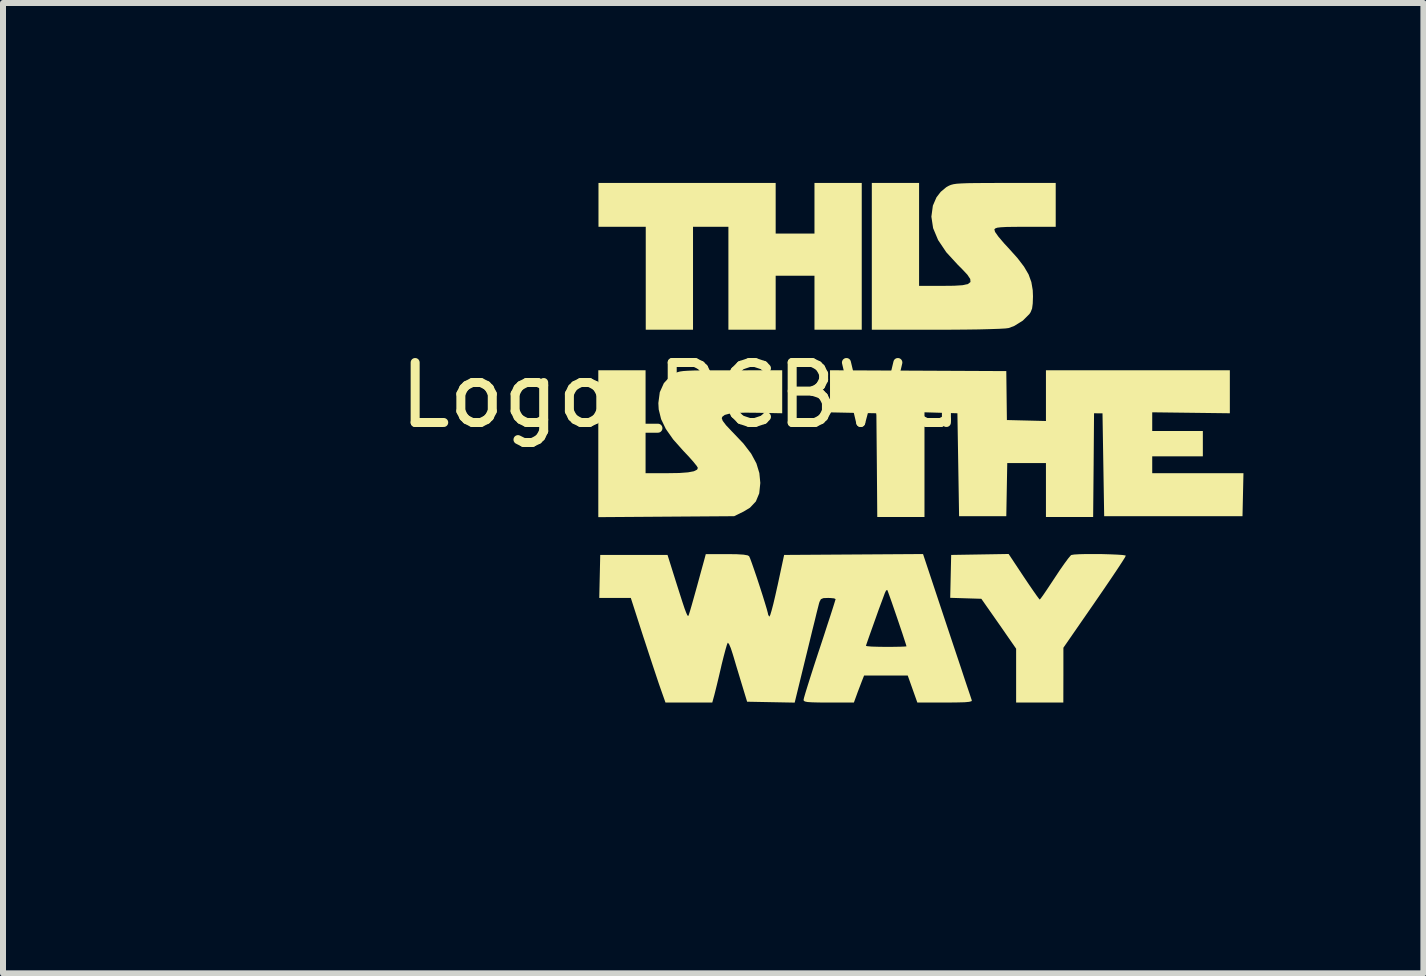
<source format=kicad_pcb>
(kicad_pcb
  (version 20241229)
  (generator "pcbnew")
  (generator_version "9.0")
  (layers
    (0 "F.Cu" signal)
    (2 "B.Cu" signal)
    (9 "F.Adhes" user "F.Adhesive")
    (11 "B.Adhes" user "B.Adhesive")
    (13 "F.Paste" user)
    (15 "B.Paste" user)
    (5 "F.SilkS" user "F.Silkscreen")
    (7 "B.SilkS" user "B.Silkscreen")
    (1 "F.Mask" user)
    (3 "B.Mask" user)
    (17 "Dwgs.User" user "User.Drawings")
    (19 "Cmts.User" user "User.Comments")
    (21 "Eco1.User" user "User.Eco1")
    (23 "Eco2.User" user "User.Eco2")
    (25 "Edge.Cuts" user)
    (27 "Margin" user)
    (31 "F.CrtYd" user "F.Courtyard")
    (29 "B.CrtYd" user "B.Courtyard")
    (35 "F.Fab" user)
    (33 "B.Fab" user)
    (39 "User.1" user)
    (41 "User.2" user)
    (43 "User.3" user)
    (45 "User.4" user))
  (footprint "Logo_PCBWay"
    (layer "F.Cu")
    (at 8.681 4.039)
    (property "Reference" "Logo_PCBWay" (at 0 -0.5 0) (unlocked yes) (layer "F.SilkS") (effects (font (size 1 1) (thickness 0.15))))
    (attr smd)
    (fp_poly (pts (xy -7.887 2.083) (xy -7.711 2.084) (xy -7.555 2.085) (xy -7.419 2.087) (xy -7.3 2.091) (xy -7.199 2.095) (xy -7.113 2.1) (xy -7.041 2.107) (xy -6.983 2.115) (xy -6.952 2.12) (xy -6.845 2.153) (xy -6.743 2.206) (xy -6.649 2.277) (xy -6.565 2.365) (xy -6.562 2.368) (xy -6.501 2.457) (xy -6.455 2.553) (xy -6.424 2.657) (xy -6.407 2.773) (xy -6.404 2.903) (xy -6.405 2.931) (xy -6.412 3.039) (xy -6.427 3.131) (xy -6.451 3.214) (xy -6.486 3.29) (xy -6.533 3.367) (xy -6.562 3.408) (xy -6.63 3.484) (xy -6.714 3.551) (xy -6.808 3.608) (xy -6.909 3.652) (xy -7.003 3.678) (xy -7.064 3.687) (xy -7.144 3.696) (xy -7.238 3.703) (xy -7.344 3.708) (xy -7.457 3.712) (xy -7.576 3.715) (xy -7.646 3.715) (xy -7.862 3.715) (xy -7.865 4.203) (xy -7.868 4.691) (xy -8.125 4.694) (xy -8.197 4.695) (xy -8.261 4.695) (xy -8.316 4.694) (xy -8.357 4.693) (xy -8.382 4.691) (xy -8.389 4.69) (xy -8.39 4.678) (xy -8.39 4.647) (xy -8.391 4.597) (xy -8.392 4.529) (xy -8.393 4.445) (xy -8.393 4.347) (xy -8.394 4.235) (xy -8.395 4.111) (xy -8.395 3.976) (xy -8.395 3.831) (xy -8.396 3.678) (xy -8.396 3.518) (xy -8.396 3.383) (xy -8.396 2.531) (xy -7.863 2.531) (xy -7.863 3.259) (xy -7.561 3.254) (xy -7.471 3.252) (xy -7.4 3.251) (xy -7.344 3.249) (xy -7.3 3.247) (xy -7.266 3.243) (xy -7.239 3.239) (xy -7.215 3.234) (xy -7.193 3.227) (xy -7.189 3.226) (xy -7.113 3.191) (xy -7.05 3.141) (xy -7.001 3.079) (xy -6.968 3.007) (xy -6.951 2.93) (xy -6.952 2.849) (xy -6.971 2.767) (xy -6.984 2.736) (xy -7.016 2.687) (xy -7.062 2.64) (xy -7.116 2.599) (xy -7.166 2.574) (xy -7.213 2.561) (xy -7.28 2.55) (xy -7.366 2.542) (xy -7.469 2.536) (xy -7.587 2.532) (xy -7.694 2.531) (xy -7.863 2.531) (xy -8.396 2.531) (xy -8.396 2.083)) (stroke (width 0) (type solid)) (fill yes) (layer "F.Mask"))
    (fp_poly (pts (xy -3.273 2.051) (xy -3.12 2.051) (xy -2.987 2.052) (xy -2.871 2.053) (xy -2.771 2.055) (xy -2.686 2.058) (xy -2.613 2.062) (xy -2.55 2.066) (xy -2.496 2.072) (xy -2.449 2.078) (xy -2.407 2.086) (xy -2.371 2.094) (xy -2.255 2.133) (xy -2.154 2.185) (xy -2.069 2.251) (xy -2.001 2.329) (xy -1.95 2.419) (xy -1.916 2.519) (xy -1.902 2.63) (xy -1.902 2.701) (xy -1.918 2.82) (xy -1.952 2.928) (xy -2.004 3.024) (xy -2.073 3.108) (xy -2.159 3.18) (xy -2.197 3.205) (xy -2.261 3.243) (xy -2.197 3.26) (xy -2.1 3.295) (xy -2.01 3.343) (xy -1.931 3.4) (xy -1.867 3.465) (xy -1.82 3.534) (xy -1.804 3.568) (xy -1.792 3.606) (xy -1.783 3.65) (xy -1.776 3.704) (xy -1.772 3.771) (xy -1.769 3.853) (xy -1.768 3.932) (xy -1.766 4.159) (xy -1.807 4.242) (xy -1.864 4.335) (xy -1.939 4.422) (xy -2.029 4.499) (xy -2.131 4.566) (xy -2.243 4.619) (xy -2.349 4.653) (xy -2.386 4.662) (xy -2.424 4.67) (xy -2.464 4.676) (xy -2.509 4.681) (xy -2.561 4.686) (xy -2.62 4.689) (xy -2.69 4.692) (xy -2.772 4.694) (xy -2.868 4.695) (xy -2.98 4.696) (xy -3.11 4.697) (xy -3.238 4.697) (xy -3.841 4.697) (xy -3.841 3.553) (xy -3.169 3.553) (xy -3.169 4.209) (xy -2.942 4.203) (xy -2.863 4.201) (xy -2.801 4.199) (xy -2.753 4.196) (xy -2.716 4.192) (xy -2.685 4.186) (xy -2.658 4.179) (xy -2.644 4.175) (xy -2.568 4.144) (xy -2.51 4.102) (xy -2.465 4.049) (xy -2.45 4.021) (xy -2.426 3.956) (xy -2.417 3.885) (xy -2.421 3.813) (xy -2.437 3.745) (xy -2.466 3.686) (xy -2.505 3.641) (xy -2.511 3.636) (xy -2.541 3.614) (xy -2.57 3.597) (xy -2.602 3.584) (xy -2.639 3.574) (xy -2.684 3.567) (xy -2.74 3.563) (xy -2.811 3.56) (xy -2.9 3.558) (xy -2.915 3.557) (xy -3.169 3.553) (xy -3.841 3.553) (xy -3.841 2.539) (xy -3.169 2.539) (xy -3.169 3.1) (xy -2.989 3.093) (xy -2.917 3.09) (xy -2.862 3.087) (xy -2.82 3.082) (xy -2.787 3.076) (xy -2.759 3.068) (xy -2.749 3.064) (xy -2.682 3.03) (xy -2.633 2.983) (xy -2.602 2.924) (xy -2.598 2.913) (xy -2.584 2.837) (xy -2.586 2.762) (xy -2.604 2.695) (xy -2.637 2.638) (xy -2.652 2.622) (xy -2.678 2.599) (xy -2.708 2.581) (xy -2.743 2.568) (xy -2.788 2.558) (xy -2.846 2.551) (xy -2.92 2.547) (xy -2.979 2.545) (xy -3.169 2.539) (xy -3.841 2.539) (xy -3.841 2.051)) (stroke (width 0) (type solid)) (fill yes) (layer "F.Mask"))
    (fp_poly (pts (xy -4.953 2.11) (xy -4.865 2.114) (xy -4.788 2.122) (xy -4.748 2.129) (xy -4.576 2.175) (xy -4.416 2.239) (xy -4.267 2.321) (xy -4.128 2.421) (xy -4.051 2.488) (xy -4.015 2.523) (xy -3.985 2.554) (xy -3.965 2.577) (xy -3.958 2.589) (xy -3.965 2.599) (xy -3.986 2.621) (xy -4.016 2.652) (xy -4.053 2.69) (xy -4.095 2.731) (xy -4.138 2.772) (xy -4.18 2.811) (xy -4.218 2.846) (xy -4.248 2.873) (xy -4.268 2.89) (xy -4.275 2.894) (xy -4.286 2.887) (xy -4.309 2.869) (xy -4.341 2.843) (xy -4.369 2.82) (xy -4.483 2.731) (xy -4.602 2.661) (xy -4.729 2.607) (xy -4.769 2.593) (xy -4.801 2.583) (xy -4.83 2.576) (xy -4.861 2.572) (xy -4.898 2.57) (xy -4.945 2.569) (xy -5.009 2.569) (xy -5.02 2.569) (xy -5.087 2.569) (xy -5.138 2.57) (xy -5.177 2.572) (xy -5.208 2.576) (xy -5.236 2.582) (xy -5.266 2.592) (xy -5.286 2.599) (xy -5.395 2.645) (xy -5.493 2.705) (xy -5.585 2.782) (xy -5.608 2.804) (xy -5.654 2.852) (xy -5.688 2.895) (xy -5.716 2.939) (xy -5.744 2.992) (xy -5.778 3.064) (xy -5.802 3.128) (xy -5.817 3.189) (xy -5.826 3.254) (xy -5.829 3.331) (xy -5.83 3.374) (xy -5.829 3.442) (xy -5.825 3.495) (xy -5.82 3.54) (xy -5.811 3.582) (xy -5.805 3.603) (xy -5.764 3.719) (xy -5.708 3.822) (xy -5.634 3.916) (xy -5.606 3.946) (xy -5.562 3.989) (xy -5.524 4.021) (xy -5.484 4.047) (xy -5.436 4.073) (xy -5.408 4.087) (xy -5.308 4.13) (xy -5.213 4.158) (xy -5.115 4.174) (xy -5.009 4.178) (xy -4.888 4.172) (xy -4.777 4.151) (xy -4.67 4.116) (xy -4.566 4.064) (xy -4.462 3.995) (xy -4.357 3.91) (xy -4.276 3.84) (xy -4.242 3.876) (xy -4.222 3.897) (xy -4.192 3.928) (xy -4.153 3.969) (xy -4.11 4.013) (xy -4.085 4.039) (xy -3.963 4.166) (xy -4.047 4.243) (xy -4.163 4.342) (xy -4.285 4.428) (xy -4.41 4.499) (xy -4.535 4.554) (xy -4.631 4.584) (xy -4.783 4.614) (xy -4.943 4.629) (xy -5.103 4.63) (xy -5.215 4.62) (xy -5.377 4.59) (xy -5.532 4.54) (xy -5.677 4.472) (xy -5.81 4.387) (xy -5.926 4.29) (xy -6.007 4.207) (xy -6.074 4.122) (xy -6.133 4.029) (xy -6.172 3.955) (xy -6.234 3.806) (xy -6.276 3.648) (xy -6.3 3.483) (xy -6.305 3.363) (xy -6.295 3.198) (xy -6.266 3.04) (xy -6.218 2.891) (xy -6.152 2.751) (xy -6.069 2.622) (xy -5.97 2.505) (xy -5.856 2.4) (xy -5.728 2.308) (xy -5.587 2.232) (xy -5.432 2.171) (xy -5.281 2.13) (xy -5.215 2.12) (xy -5.134 2.113) (xy -5.044 2.11)) (stroke (width 0) (type solid)) (fill yes) (layer "F.Mask"))
    (fp_poly (pts (xy 0.456 4.865) (xy 0.803 4.868) (xy 1.145 4.873) (xy 1.48 4.882) (xy 1.803 4.892) (xy 2.096 4.905) (xy 2.234 4.912) (xy 2.382 4.921) (xy 2.54 4.93) (xy 2.704 4.941) (xy 2.872 4.953) (xy 3.042 4.965) (xy 3.212 4.977) (xy 3.379 4.99) (xy 3.542 5.003) (xy 3.697 5.016) (xy 3.842 5.028) (xy 3.976 5.041) (xy 4.096 5.052) (xy 4.199 5.063) (xy 4.284 5.073) (xy 4.299 5.075) (xy 4.364 5.083) (xy 4.438 5.091) (xy 4.508 5.099) (xy 4.539 5.102) (xy 4.6 5.109) (xy 4.667 5.117) (xy 4.727 5.125) (xy 4.752 5.128) (xy 4.812 5.136) (xy 4.878 5.144) (xy 4.939 5.149) (xy 4.944 5.15) (xy 4.997 5.154) (xy 5.061 5.16) (xy 5.127 5.167) (xy 5.163 5.172) (xy 5.208 5.177) (xy 5.27 5.185) (xy 5.343 5.194) (xy 5.425 5.203) (xy 5.51 5.213) (xy 5.574 5.22) (xy 5.651 5.229) (xy 5.722 5.238) (xy 5.785 5.246) (xy 5.835 5.252) (xy 5.871 5.258) (xy 5.888 5.261) (xy 5.901 5.266) (xy 5.903 5.272) (xy 5.892 5.283) (xy 5.865 5.303) (xy 5.864 5.303) (xy 5.813 5.338) (xy 5.475 5.31) (xy 5.377 5.302) (xy 5.272 5.294) (xy 5.166 5.285) (xy 5.065 5.276) (xy 4.973 5.268) (xy 4.897 5.262) (xy 4.896 5.262) (xy 4.812 5.254) (xy 4.722 5.246) (xy 4.633 5.238) (xy 4.551 5.231) (xy 4.483 5.225) (xy 4.48 5.225) (xy 4.404 5.218) (xy 4.316 5.21) (xy 4.225 5.202) (xy 4.142 5.195) (xy 4.117 5.193) (xy 3.883 5.172) (xy 3.668 5.153) (xy 3.47 5.136) (xy 3.287 5.121) (xy 3.118 5.107) (xy 2.96 5.096) (xy 2.811 5.085) (xy 2.67 5.077) (xy 2.534 5.069) (xy 2.402 5.063) (xy 2.271 5.057) (xy 2.14 5.053) (xy 2.006 5.05) (xy 1.867 5.048) (xy 1.722 5.046) (xy 1.569 5.045) (xy 1.406 5.044) (xy 1.229 5.044) (xy 1.184 5.044) (xy 0.986 5.044) (xy 0.806 5.045) (xy 0.642 5.045) (xy 0.49 5.047) (xy 0.347 5.049) (xy 0.209 5.052) (xy 0.075 5.056) (xy -0.06 5.06) (xy -0.198 5.066) (xy -0.342 5.072) (xy -0.496 5.08) (xy -0.662 5.089) (xy -0.844 5.099) (xy -0.907 5.103) (xy -1.472 5.139) (xy -2.035 5.181) (xy -2.599 5.23) (xy -3.165 5.286) (xy -3.735 5.349) (xy -4.311 5.42) (xy -4.895 5.498) (xy -5.488 5.584) (xy -6.093 5.678) (xy -6.711 5.781) (xy -7.345 5.892) (xy -7.995 6.012) (xy -8.092 6.031) (xy -8.195 6.05) (xy -8.292 6.069) (xy -8.383 6.086) (xy -8.463 6.101) (xy -8.531 6.113) (xy -8.585 6.123) (xy -8.623 6.13) (xy -8.642 6.134) (xy -8.643 6.134) (xy -8.681 6.139) (xy -8.643 5.952) (xy -8.63 5.892) (xy -8.618 5.838) (xy -8.608 5.796) (xy -8.601 5.768) (xy -8.597 5.758) (xy -8.584 5.754) (xy -8.551 5.746) (xy -8.501 5.735) (xy -8.435 5.722) (xy -8.355 5.706) (xy -8.262 5.689) (xy -8.159 5.67) (xy -8.046 5.65) (xy -7.927 5.629) (xy -7.802 5.607) (xy -7.673 5.585) (xy -7.542 5.562) (xy -7.41 5.54) (xy -7.28 5.519) (xy -7.153 5.498) (xy -7.116 5.492) (xy -6.146 5.347) (xy -5.166 5.22) (xy -4.179 5.11) (xy -3.188 5.018) (xy -2.195 4.945) (xy -1.503 4.905) (xy -1.209 4.891) (xy -0.896 4.881) (xy -0.57 4.873) (xy -0.234 4.868) (xy 0.11 4.865)) (stroke (width 0) (type solid)) (fill yes) (layer "F.Mask"))
    (fp_poly (pts (xy 1.201 -3.195) (xy 1.848 -3.195) (xy 1.848 -4.039) (xy 2.636 -4.039) (xy 2.636 -1.592) (xy 1.848 -1.592) (xy 1.848 -2.492) (xy 1.201 -2.492) (xy 1.201 -1.592) (xy 0.413 -1.592) (xy 0.413 -3.308) (xy -0.177 -3.308) (xy -0.177 -1.592) (xy -0.965 -1.592) (xy -0.965 -3.308) (xy -1.753 -3.308) (xy -1.753 -4.039) (xy 1.201 -4.039)) (stroke (width 0) (type solid)) (fill yes) (layer "F.SilkS"))
    (fp_poly (pts (xy 5.046 -0.902) (xy 5.051 -0.494) (xy 5.056 -0.086) (xy 5.382 -0.078) (xy 5.707 -0.07) (xy 5.707 -0.916) (xy 8.773 -0.916) (xy 8.773 -0.199) (xy 8.126 -0.207) (xy 7.479 -0.215) (xy 7.479 0.097) (xy 8.323 0.097) (xy 8.323 0.519) (xy 7.479 0.519) (xy 7.479 0.8) (xy 9 0.8) (xy 8.992 1.159) (xy 8.984 1.517) (xy 6.678 1.517) (xy 6.664 0.66) (xy 6.65 -0.198) (xy 6.579 -0.198) (xy 6.509 -0.199) (xy 6.502 0.666) (xy 6.494 1.531) (xy 5.707 1.531) (xy 5.707 0.631) (xy 5.062 0.631) (xy 5.054 1.074) (xy 5.046 1.517) (xy 4.259 1.517) (xy 4.245 0.659) (xy 4.231 -0.199) (xy 3.956 -0.207) (xy 3.682 -0.215) (xy 3.682 1.531) (xy 2.895 1.531) (xy 2.888 0.666) (xy 2.88 -0.199) (xy 2.494 -0.206) (xy 2.107 -0.214) (xy 2.107 -0.916)) (stroke (width 0) (type solid)) (fill yes) (layer "F.SilkS"))
    (fp_poly (pts (xy 5.337 2.527) (xy 5.423 2.655) (xy 5.498 2.764) (xy 5.557 2.848) (xy 5.594 2.897) (xy 5.604 2.907) (xy 5.623 2.885) (xy 5.667 2.824) (xy 5.73 2.731) (xy 5.807 2.615) (xy 5.854 2.544) (xy 5.938 2.417) (xy 6.015 2.307) (xy 6.077 2.223) (xy 6.119 2.173) (xy 6.13 2.164) (xy 6.178 2.156) (xy 6.265 2.151) (xy 6.38 2.148) (xy 6.513 2.148) (xy 6.651 2.149) (xy 6.784 2.153) (xy 6.899 2.158) (xy 6.986 2.164) (xy 7.033 2.172) (xy 7.038 2.176) (xy 7.022 2.208) (xy 6.974 2.284) (xy 6.896 2.403) (xy 6.788 2.564) (xy 6.651 2.765) (xy 6.486 3.005) (xy 6.294 3.282) (xy 6.115 3.541) (xy 5.998 3.71) (xy 5.998 4.167) (xy 5.997 4.624) (xy 5.21 4.624) (xy 5.21 3.726) (xy 5.062 3.513) (xy 4.973 3.384) (xy 4.873 3.241) (xy 4.782 3.111) (xy 4.772 3.097) (xy 4.63 2.894) (xy 4.371 2.886) (xy 4.111 2.878) (xy 4.119 2.52) (xy 4.127 2.163) (xy 5.085 2.147)) (stroke (width 0) (type solid)) (fill yes) (layer "F.SilkS"))
    (fp_poly (pts (xy -0.968 0.8) (xy -0.604 0.8) (xy -0.406 0.797) (xy -0.26 0.786) (xy -0.163 0.768) (xy -0.109 0.741) (xy -0.096 0.712) (xy -0.115 0.68) (xy -0.165 0.617) (xy -0.24 0.532) (xy -0.332 0.434) (xy -0.337 0.429) (xy -0.507 0.238) (xy -0.63 0.063) (xy -0.709 -0.101) (xy -0.749 -0.263) (xy -0.755 -0.369) (xy -0.731 -0.55) (xy -0.663 -0.701) (xy -0.556 -0.817) (xy -0.504 -0.851) (xy -0.47 -0.869) (xy -0.436 -0.884) (xy -0.395 -0.895) (xy -0.339 -0.903) (xy -0.263 -0.908) (xy -0.16 -0.912) (xy -0.022 -0.914) (xy 0.157 -0.915) (xy 0.383 -0.915) (xy 0.459 -0.915) (xy 1.31 -0.916) (xy 1.31 -0.199) (xy 0.905 -0.207) (xy 0.696 -0.209) (xy 0.538 -0.204) (xy 0.424 -0.191) (xy 0.351 -0.171) (xy 0.312 -0.141) (xy 0.302 -0.118) (xy 0.318 -0.073) (xy 0.374 0.001) (xy 0.465 0.098) (xy 0.486 0.119) (xy 0.663 0.305) (xy 0.793 0.475) (xy 0.88 0.637) (xy 0.929 0.798) (xy 0.945 0.963) (xy 0.927 1.136) (xy 0.871 1.271) (xy 0.772 1.376) (xy 0.668 1.439) (xy 0.509 1.517) (xy -0.624 1.525) (xy -1.756 1.533) (xy -1.756 -0.916) (xy -0.968 -0.916)) (stroke (width 0) (type solid)) (fill yes) (layer "F.SilkS"))
    (fp_poly (pts (xy 3.592 -2.323) (xy 3.98 -2.323) (xy 4.175 -2.325) (xy 4.317 -2.334) (xy 4.407 -2.354) (xy 4.449 -2.387) (xy 4.445 -2.437) (xy 4.398 -2.508) (xy 4.309 -2.603) (xy 4.237 -2.675) (xy 4.046 -2.883) (xy 3.909 -3.087) (xy 3.826 -3.285) (xy 3.797 -3.477) (xy 3.822 -3.661) (xy 3.882 -3.799) (xy 3.953 -3.891) (xy 4.044 -3.967) (xy 4.057 -3.975) (xy 4.09 -3.993) (xy 4.124 -4.007) (xy 4.166 -4.018) (xy 4.221 -4.026) (xy 4.298 -4.031) (xy 4.402 -4.035) (xy 4.54 -4.037) (xy 4.719 -4.038) (xy 4.946 -4.039) (xy 5.019 -4.039) (xy 5.87 -4.039) (xy 5.87 -3.308) (xy 5.367 -3.308) (xy 5.184 -3.307) (xy 5.049 -3.305) (xy 4.956 -3.3) (xy 4.896 -3.293) (xy 4.863 -3.281) (xy 4.848 -3.266) (xy 4.847 -3.264) (xy 4.859 -3.222) (xy 4.915 -3.143) (xy 5.013 -3.028) (xy 5.081 -2.955) (xy 5.232 -2.787) (xy 5.342 -2.643) (xy 5.418 -2.513) (xy 5.464 -2.386) (xy 5.487 -2.251) (xy 5.491 -2.149) (xy 5.487 -2.028) (xy 5.476 -1.945) (xy 5.452 -1.885) (xy 5.432 -1.854) (xy 5.322 -1.744) (xy 5.181 -1.656) (xy 5.086 -1.62) (xy 5.032 -1.613) (xy 4.927 -1.607) (xy 4.777 -1.602) (xy 4.586 -1.597) (xy 4.36 -1.594) (xy 4.105 -1.592) (xy 3.894 -1.592) (xy 2.804 -1.592) (xy 2.804 -4.039) (xy 3.592 -4.039)) (stroke (width 0) (type solid)) (fill yes) (layer "F.SilkS"))
    (fp_poly (pts (xy 4.058 3.351) (xy 4.141 3.6) (xy 4.219 3.833) (xy 4.29 4.045) (xy 4.351 4.23) (xy 4.402 4.382) (xy 4.441 4.497) (xy 4.464 4.567) (xy 4.472 4.589) (xy 4.464 4.602) (xy 4.426 4.612) (xy 4.352 4.619) (xy 4.234 4.622) (xy 4.068 4.624) (xy 4.024 4.624) (xy 3.563 4.624) (xy 3.403 4.174) (xy 2.675 4.174) (xy 2.639 4.265) (xy 2.607 4.349) (xy 2.568 4.451) (xy 2.554 4.49) (xy 2.505 4.624) (xy 2.085 4.624) (xy 1.921 4.623) (xy 1.806 4.62) (xy 1.731 4.615) (xy 1.688 4.606) (xy 1.669 4.592) (xy 1.666 4.58) (xy 1.674 4.543) (xy 1.698 4.46) (xy 1.736 4.337) (xy 1.785 4.182) (xy 1.843 4.001) (xy 1.908 3.802) (xy 1.933 3.727) (xy 1.949 3.679) (xy 2.706 3.679) (xy 2.733 3.685) (xy 2.804 3.691) (xy 2.911 3.694) (xy 3.041 3.696) (xy 3.044 3.696) (xy 3.174 3.695) (xy 3.281 3.693) (xy 3.354 3.69) (xy 3.382 3.687) (xy 3.382 3.687) (xy 3.373 3.655) (xy 3.349 3.581) (xy 3.315 3.476) (xy 3.272 3.349) (xy 3.226 3.213) (xy 3.179 3.076) (xy 3.136 2.951) (xy 3.099 2.847) (xy 3.073 2.775) (xy 3.061 2.746) (xy 3.061 2.746) (xy 3.041 2.757) (xy 3.021 2.799) (xy 2.972 2.932) (xy 2.918 3.077) (xy 2.865 3.226) (xy 2.814 3.369) (xy 2.769 3.495) (xy 2.734 3.595) (xy 2.712 3.659) (xy 2.706 3.679) (xy 1.949 3.679) (xy 2 3.524) (xy 2.06 3.338) (xy 2.113 3.177) (xy 2.155 3.046) (xy 2.184 2.953) (xy 2.199 2.904) (xy 2.2 2.899) (xy 2.175 2.887) (xy 2.111 2.881) (xy 2.075 2.88) (xy 1.996 2.883) (xy 1.955 2.901) (xy 1.932 2.945) (xy 1.923 2.975) (xy 1.91 3.026) (xy 1.885 3.124) (xy 1.852 3.261) (xy 1.81 3.429) (xy 1.764 3.619) (xy 1.714 3.823) (xy 1.708 3.847) (xy 1.518 4.625) (xy 0.725 4.61) (xy 0.635 4.314) (xy 0.59 4.165) (xy 0.543 4.01) (xy 0.502 3.871) (xy 0.484 3.812) (xy 0.453 3.717) (xy 0.425 3.652) (xy 0.405 3.627) (xy 0.401 3.629) (xy 0.387 3.664) (xy 0.364 3.743) (xy 0.334 3.856) (xy 0.3 3.992) (xy 0.29 4.037) (xy 0.255 4.186) (xy 0.222 4.324) (xy 0.194 4.437) (xy 0.175 4.512) (xy 0.172 4.522) (xy 0.144 4.624) (xy -0.636 4.624) (xy -0.718 4.392) (xy -0.751 4.297) (xy -0.797 4.159) (xy -0.853 3.991) (xy -0.915 3.803) (xy -0.979 3.607) (xy -1.008 3.52) (xy -1.214 2.88) (xy -1.74 2.88) (xy -1.732 2.521) (xy -1.724 2.163) (xy -0.602 2.163) (xy -0.465 2.599) (xy -0.402 2.797) (xy -0.354 2.947) (xy -0.318 3.055) (xy -0.291 3.126) (xy -0.273 3.166) (xy -0.261 3.18) (xy -0.255 3.179) (xy -0.246 3.157) (xy -0.228 3.101) (xy -0.2 3.005) (xy -0.161 2.867) (xy -0.11 2.684) (xy -0.047 2.453) (xy 0.008 2.254) (xy 0.036 2.149) (xy 0.383 2.149) (xy 0.55 2.151) (xy 0.665 2.158) (xy 0.734 2.17) (xy 0.758 2.184) (xy 0.775 2.221) (xy 0.804 2.3) (xy 0.843 2.412) (xy 0.888 2.544) (xy 0.935 2.687) (xy 0.98 2.827) (xy 1.02 2.956) (xy 1.052 3.062) (xy 1.071 3.133) (xy 1.075 3.156) (xy 1.091 3.187) (xy 1.098 3.189) (xy 1.111 3.163) (xy 1.133 3.09) (xy 1.162 2.98) (xy 1.195 2.84) (xy 1.231 2.678) (xy 1.232 2.676) (xy 1.342 2.163) (xy 3.658 2.148)) (stroke (width 0) (type solid)) (fill yes) (layer "F.SilkS")))
  (gr_rect
    (start -3 -3)
    (end 20.681 13.178)
    (stroke (width 0.1) (type default))
    (fill no)
    (layer "Edge.Cuts")))
</source>
